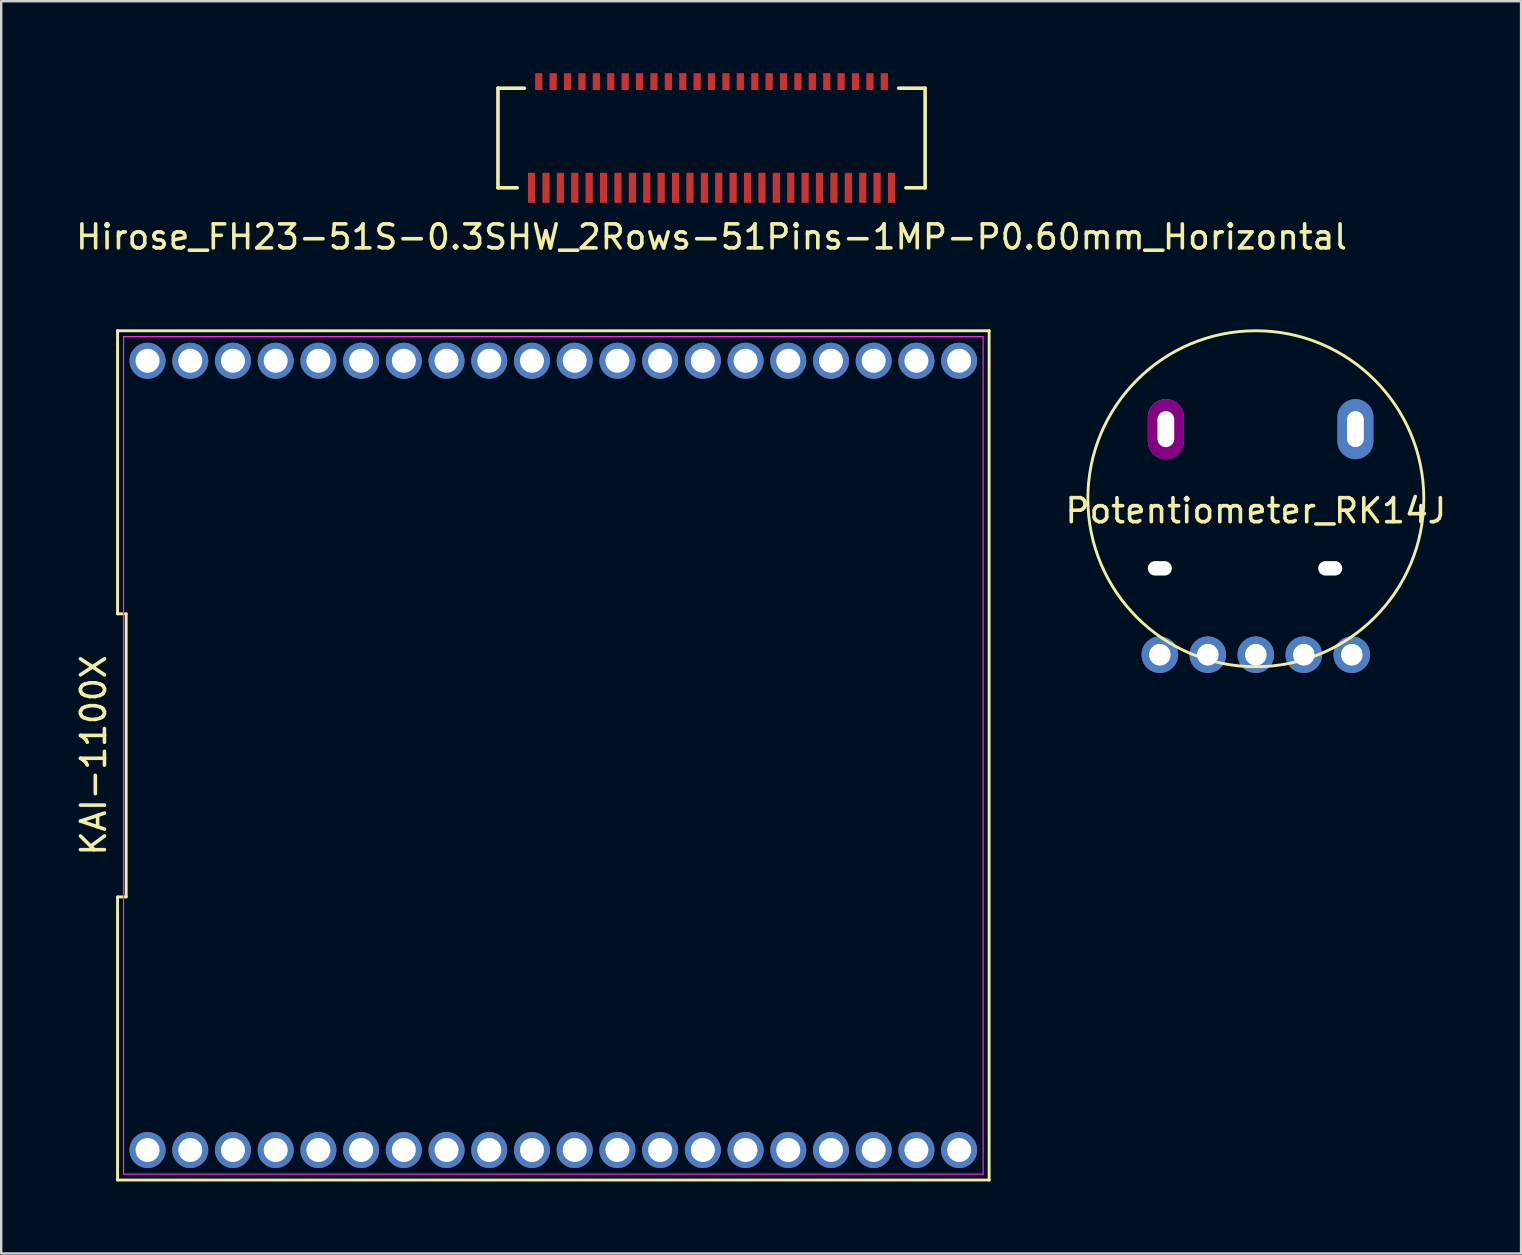
<source format=kicad_pcb>
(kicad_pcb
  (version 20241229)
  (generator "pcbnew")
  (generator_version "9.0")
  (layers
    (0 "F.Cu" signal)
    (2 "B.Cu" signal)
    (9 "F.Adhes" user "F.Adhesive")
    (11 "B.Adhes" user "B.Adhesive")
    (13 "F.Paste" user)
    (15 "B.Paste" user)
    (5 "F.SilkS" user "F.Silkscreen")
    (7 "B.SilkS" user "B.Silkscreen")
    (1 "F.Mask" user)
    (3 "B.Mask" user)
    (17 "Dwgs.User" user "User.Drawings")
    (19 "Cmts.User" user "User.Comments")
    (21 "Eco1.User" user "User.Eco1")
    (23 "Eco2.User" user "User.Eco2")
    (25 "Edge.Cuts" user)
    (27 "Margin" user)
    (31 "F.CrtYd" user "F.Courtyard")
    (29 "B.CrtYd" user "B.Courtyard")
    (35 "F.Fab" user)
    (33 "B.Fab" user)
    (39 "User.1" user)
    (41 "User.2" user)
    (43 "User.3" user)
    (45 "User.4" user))
  (footprint "KAI-1100X"
    (layer "F.Cu")
    (at 20.008 28.428)
    (property "Reference" "KAI-1100X" (at -19.16 0 90) (layer "F.SilkS") (effects (font (size 1 1) (thickness 0.15))))
    (attr through_hole)
    (fp_line (start -18.16 -17.695) (end -18.16 -5.898) (stroke (width 0.12) (type solid)) (layer "F.SilkS"))
    (fp_line (start -18.16 -5.898) (end -17.8 -5.898) (stroke (width 0.12) (type solid)) (layer "F.SilkS"))
    (fp_line (start -18.16 5.898) (end -18.16 17.695) (stroke (width 0.12) (type solid)) (layer "F.SilkS"))
    (fp_line (start -18.16 17.695) (end 18.16 17.695) (stroke (width 0.12) (type solid)) (layer "F.SilkS"))
    (fp_line (start -17.8 -5.898) (end -17.8 5.898) (stroke (width 0.12) (type solid)) (layer "F.SilkS"))
    (fp_line (start -17.8 5.898) (end -18.16 5.898) (stroke (width 0.12) (type solid)) (layer "F.SilkS"))
    (fp_line (start 18.16 -17.695) (end -18.16 -17.695) (stroke (width 0.12) (type solid)) (layer "F.SilkS"))
    (fp_line (start 18.16 17.695) (end 18.16 -17.695) (stroke (width 0.12) (type solid)) (layer "F.SilkS"))
    (fp_line (start -17.91 -17.45) (end 17.91 -17.45) (stroke (width 0.05) (type solid)) (layer "F.CrtYd"))
    (fp_line (start -17.91 17.45) (end -17.91 -17.45) (stroke (width 0.05) (type solid)) (layer "F.CrtYd"))
    (fp_line (start 17.91 -17.45) (end 17.91 17.45) (stroke (width 0.05) (type solid)) (layer "F.CrtYd"))
    (fp_line (start 17.91 17.45) (end -17.91 17.45) (stroke (width 0.05) (type solid)) (layer "F.CrtYd"))
    (pad "1" thru_hole circle (at -16.91 16.445) (size 1.5 1.5) (drill 1) (layers "*.Cu" "*.Mask"))
    (pad "2" thru_hole circle (at -15.13 16.445) (size 1.5 1.5) (drill 1) (layers "*.Cu" "*.Mask"))
    (pad "3" thru_hole circle (at -13.35 16.445) (size 1.5 1.5) (drill 1) (layers "*.Cu" "*.Mask"))
    (pad "4" thru_hole circle (at -11.57 16.445) (size 1.5 1.5) (drill 1) (layers "*.Cu" "*.Mask"))
    (pad "5" thru_hole circle (at -9.79 16.445) (size 1.5 1.5) (drill 1) (layers "*.Cu" "*.Mask"))
    (pad "6" thru_hole circle (at -8.01 16.445) (size 1.5 1.5) (drill 1) (layers "*.Cu" "*.Mask"))
    (pad "7" thru_hole circle (at -6.23 16.445) (size 1.5 1.5) (drill 1) (layers "*.Cu" "*.Mask"))
    (pad "8" thru_hole circle (at -4.45 16.445) (size 1.5 1.5) (drill 1) (layers "*.Cu" "*.Mask"))
    (pad "9" thru_hole circle (at -2.67 16.445) (size 1.5 1.5) (drill 1) (layers "*.Cu" "*.Mask"))
    (pad "10" thru_hole circle (at -0.89 16.445) (size 1.5 1.5) (drill 1) (layers "*.Cu" "*.Mask"))
    (pad "11" thru_hole circle (at 0.89 16.445) (size 1.5 1.5) (drill 1) (layers "*.Cu" "*.Mask"))
    (pad "12" thru_hole circle (at 2.67 16.445) (size 1.5 1.5) (drill 1) (layers "*.Cu" "*.Mask"))
    (pad "13" thru_hole circle (at 4.45 16.445) (size 1.5 1.5) (drill 1) (layers "*.Cu" "*.Mask"))
    (pad "14" thru_hole circle (at 6.23 16.445) (size 1.5 1.5) (drill 1) (layers "*.Cu" "*.Mask"))
    (pad "15" thru_hole circle (at 8.01 16.445) (size 1.5 1.5) (drill 1) (layers "*.Cu" "*.Mask"))
    (pad "16" thru_hole circle (at 9.79 16.445) (size 1.5 1.5) (drill 1) (layers "*.Cu" "*.Mask"))
    (pad "17" thru_hole circle (at 11.57 16.445) (size 1.5 1.5) (drill 1) (layers "*.Cu" "*.Mask"))
    (pad "18" thru_hole circle (at 13.35 16.445) (size 1.5 1.5) (drill 1) (layers "*.Cu" "*.Mask"))
    (pad "19" thru_hole circle (at 15.13 16.445) (size 1.5 1.5) (drill 1) (layers "*.Cu" "*.Mask"))
    (pad "20" thru_hole circle (at 16.91 16.445) (size 1.5 1.5) (drill 1) (layers "*.Cu" "*.Mask"))
    (pad "21" thru_hole circle (at 16.91 -16.445) (size 1.5 1.5) (drill 1) (layers "*.Cu" "*.Mask"))
    (pad "22" thru_hole circle (at 15.13 -16.445) (size 1.5 1.5) (drill 1) (layers "*.Cu" "*.Mask"))
    (pad "23" thru_hole circle (at 13.35 -16.445) (size 1.5 1.5) (drill 1) (layers "*.Cu" "*.Mask"))
    (pad "24" thru_hole circle (at 11.57 -16.445) (size 1.5 1.5) (drill 1) (layers "*.Cu" "*.Mask"))
    (pad "25" thru_hole circle (at 9.79 -16.445) (size 1.5 1.5) (drill 1) (layers "*.Cu" "*.Mask"))
    (pad "26" thru_hole circle (at 8.01 -16.445) (size 1.5 1.5) (drill 1) (layers "*.Cu" "*.Mask"))
    (pad "27" thru_hole circle (at 6.23 -16.445) (size 1.5 1.5) (drill 1) (layers "*.Cu" "*.Mask"))
    (pad "28" thru_hole circle (at 4.45 -16.445) (size 1.5 1.5) (drill 1) (layers "*.Cu" "*.Mask"))
    (pad "29" thru_hole circle (at 2.67 -16.445) (size 1.5 1.5) (drill 1) (layers "*.Cu" "*.Mask"))
    (pad "30" thru_hole circle (at 0.89 -16.445) (size 1.5 1.5) (drill 1) (layers "*.Cu" "*.Mask"))
    (pad "31" thru_hole circle (at -0.89 -16.445) (size 1.5 1.5) (drill 1) (layers "*.Cu" "*.Mask"))
    (pad "32" thru_hole circle (at -2.67 -16.445) (size 1.5 1.5) (drill 1) (layers "*.Cu" "*.Mask"))
    (pad "33" thru_hole circle (at -4.45 -16.445) (size 1.5 1.5) (drill 1) (layers "*.Cu" "*.Mask"))
    (pad "34" thru_hole circle (at -6.23 -16.445) (size 1.5 1.5) (drill 1) (layers "*.Cu" "*.Mask"))
    (pad "35" thru_hole circle (at -8.01 -16.445) (size 1.5 1.5) (drill 1) (layers "*.Cu" "*.Mask"))
    (pad "36" thru_hole circle (at -9.79 -16.445) (size 1.5 1.5) (drill 1) (layers "*.Cu" "*.Mask"))
    (pad "37" thru_hole circle (at -11.57 -16.445) (size 1.5 1.5) (drill 1) (layers "*.Cu" "*.Mask"))
    (pad "38" thru_hole circle (at -13.35 -16.445) (size 1.5 1.5) (drill 1) (layers "*.Cu" "*.Mask"))
    (pad "39" thru_hole circle (at -15.13 -16.445) (size 1.5 1.5) (drill 1) (layers "*.Cu" "*.Mask"))
    (pad "40" thru_hole circle (at -16.91 -16.445) (size 1.5 1.5) (drill 1) (layers "*.Cu" "*.Mask")))
  (footprint "Potentiometer_RK14J"
    (layer "F.Cu")
    (at 49.282 17.733)
    (property "Reference" "Potentiometer_RK14J" (at 0 0.5 0) (layer "F.SilkS") (effects (font (size 1 1) (thickness 0.15))))
    (attr through_hole)
    (fp_circle (center 0 0) (end 7 0) (stroke (width 0.12) (type solid)) (fill no) (layer "F.SilkS"))
    (pad "" np_thru_hole oval (at -4 2.9) (size 1 0.6) (drill oval 1 0.6) (layers "*.Cu" "*.Mask"))
    (pad "" np_thru_hole oval (at 3.1 2.9) (size 1 0.6) (drill oval 1 0.6) (layers "*.Cu" "*.Mask"))
    (pad "1" thru_hole circle (at -4 6.5) (size 1.524 1.524) (drill 0.9) (layers "*.Cu" "*.Mask"))
    (pad "2" thru_hole circle (at 2 6.5) (size 1.524 1.524) (drill 0.9) (layers "*.Cu" "*.Mask"))
    (pad "3" thru_hole circle (at -2 6.5) (size 1.524 1.524) (drill 0.9) (layers "*.Cu" "*.Mask"))
    (pad "4" thru_hole circle (at 0 6.5) (size 1.524 1.524) (drill 0.9) (layers "*.Cu" "*.Mask"))
    (pad "5" thru_hole circle (at 4 6.5) (size 1.524 1.524) (drill 0.9) (layers "*.Cu" "*.Mask"))
    (pad "6" thru_hole oval (at -3.75 -2.9) (size 1.5 2.5) (drill oval 0.7 1.5) (layers "*.Cu" "*.Mask" "F.Adhes"))
    (pad "7" thru_hole oval (at 4.15 -2.9) (size 1.5 2.5) (drill oval 0.7 1.5) (layers "*.Cu" "*.Mask")))
  (footprint "Hirose_FH23-51S-0.3SHW_2Rows-51Pins-1MP-P0.60mm_Horizontal"
    (layer "F.Cu")
    (at 26.601 2.7)
    (property "Reference" "Hirose_FH23-51S-0.3SHW_2Rows-51Pins-1MP-P0.60mm_Horizontal" (at 0 4.125 0) (layer "F.SilkS") (effects (font (size 1 1) (thickness 0.15))))
    (attr smd)
    (fp_line (start -8.9 -2.075) (end -8.9 2.075) (stroke (width 0.15) (type solid)) (layer "F.SilkS"))
    (fp_line (start -8.9 -2.075) (end -7.8 -2.075) (stroke (width 0.15) (type solid)) (layer "F.SilkS"))
    (fp_line (start -8.9 2.075) (end -8.1 2.075) (stroke (width 0.15) (type solid)) (layer "F.SilkS"))
    (fp_line (start 7.8 -2.075) (end 8.9 -2.075) (stroke (width 0.15) (type solid)) (layer "F.SilkS"))
    (fp_line (start 8.1 2.075) (end 8.9 2.075) (stroke (width 0.15) (type solid)) (layer "F.SilkS"))
    (fp_line (start 8.9 -2.075) (end 8.9 2.075) (stroke (width 0.15) (type solid)) (layer "F.SilkS"))
    (pad "1" smd rect (at -7.5 2.075) (size 0.3 1.25) (layers "F.Cu" "F.Mask" "F.Paste"))
    (pad "2" smd rect (at -7.2 -2.35) (size 0.3 0.7) (layers "F.Cu" "F.Mask" "F.Paste"))
    (pad "3" smd rect (at -6.9 2.075) (size 0.3 1.25) (layers "F.Cu" "F.Mask" "F.Paste"))
    (pad "4" smd rect (at -6.6 -2.35) (size 0.3 0.7) (layers "F.Cu" "F.Mask" "F.Paste"))
    (pad "5" smd rect (at -6.3 2.075) (size 0.3 1.25) (layers "F.Cu" "F.Mask" "F.Paste"))
    (pad "6" smd rect (at -6 -2.35) (size 0.3 0.7) (layers "F.Cu" "F.Mask" "F.Paste"))
    (pad "7" smd rect (at -5.7 2.075) (size 0.3 1.25) (layers "F.Cu" "F.Mask" "F.Paste"))
    (pad "8" smd rect (at -5.4 -2.35) (size 0.3 0.7) (layers "F.Cu" "F.Mask" "F.Paste"))
    (pad "9" smd rect (at -5.1 2.075) (size 0.3 1.25) (layers "F.Cu" "F.Mask" "F.Paste"))
    (pad "10" smd rect (at -4.8 -2.35) (size 0.3 0.7) (layers "F.Cu" "F.Mask" "F.Paste"))
    (pad "11" smd rect (at -4.5 2.075) (size 0.3 1.25) (layers "F.Cu" "F.Mask" "F.Paste"))
    (pad "12" smd rect (at -4.2 -2.35) (size 0.3 0.7) (layers "F.Cu" "F.Mask" "F.Paste"))
    (pad "13" smd rect (at -3.9 2.075) (size 0.3 1.25) (layers "F.Cu" "F.Mask" "F.Paste"))
    (pad "14" smd rect (at -3.6 -2.35) (size 0.3 0.7) (layers "F.Cu" "F.Mask" "F.Paste"))
    (pad "15" smd rect (at -3.3 2.075) (size 0.3 1.25) (layers "F.Cu" "F.Mask" "F.Paste"))
    (pad "16" smd rect (at -3 -2.35) (size 0.3 0.7) (layers "F.Cu" "F.Mask" "F.Paste"))
    (pad "17" smd rect (at -2.7 2.075) (size 0.3 1.25) (layers "F.Cu" "F.Mask" "F.Paste"))
    (pad "18" smd rect (at -2.4 -2.35) (size 0.3 0.7) (layers "F.Cu" "F.Mask" "F.Paste"))
    (pad "19" smd rect (at -2.1 2.075) (size 0.3 1.25) (layers "F.Cu" "F.Mask" "F.Paste"))
    (pad "20" smd rect (at -1.8 -2.35) (size 0.3 0.7) (layers "F.Cu" "F.Mask" "F.Paste"))
    (pad "21" smd rect (at -1.5 2.075) (size 0.3 1.25) (layers "F.Cu" "F.Mask" "F.Paste"))
    (pad "22" smd rect (at -1.2 -2.35) (size 0.3 0.7) (layers "F.Cu" "F.Mask" "F.Paste"))
    (pad "23" smd rect (at -0.9 2.075) (size 0.3 1.25) (layers "F.Cu" "F.Mask" "F.Paste"))
    (pad "24" smd rect (at -0.6 -2.35) (size 0.3 0.7) (layers "F.Cu" "F.Mask" "F.Paste"))
    (pad "25" smd rect (at -0.3 2.075) (size 0.3 1.25) (layers "F.Cu" "F.Mask" "F.Paste"))
    (pad "26" smd rect (at 0 -2.35) (size 0.3 0.7) (layers "F.Cu" "F.Mask" "F.Paste"))
    (pad "27" smd rect (at 0.3 2.075) (size 0.3 1.25) (layers "F.Cu" "F.Mask" "F.Paste"))
    (pad "28" smd rect (at 0.6 -2.35) (size 0.3 0.7) (layers "F.Cu" "F.Mask" "F.Paste"))
    (pad "29" smd rect (at 0.9 2.075) (size 0.3 1.25) (layers "F.Cu" "F.Mask" "F.Paste"))
    (pad "30" smd rect (at 1.2 -2.35) (size 0.3 0.7) (layers "F.Cu" "F.Mask" "F.Paste"))
    (pad "31" smd rect (at 1.5 2.075) (size 0.3 1.25) (layers "F.Cu" "F.Mask" "F.Paste"))
    (pad "32" smd rect (at 1.8 -2.35) (size 0.3 0.7) (layers "F.Cu" "F.Mask" "F.Paste"))
    (pad "33" smd rect (at 2.1 2.075) (size 0.3 1.25) (layers "F.Cu" "F.Mask" "F.Paste"))
    (pad "34" smd rect (at 2.4 -2.35) (size 0.3 0.7) (layers "F.Cu" "F.Mask" "F.Paste"))
    (pad "35" smd rect (at 2.7 2.075) (size 0.3 1.25) (layers "F.Cu" "F.Mask" "F.Paste"))
    (pad "36" smd rect (at 3 -2.35) (size 0.3 0.7) (layers "F.Cu" "F.Mask" "F.Paste"))
    (pad "37" smd rect (at 3.3 2.075) (size 0.3 1.25) (layers "F.Cu" "F.Mask" "F.Paste"))
    (pad "38" smd rect (at 3.6 -2.35) (size 0.3 0.7) (layers "F.Cu" "F.Mask" "F.Paste"))
    (pad "39" smd rect (at 3.9 2.075) (size 0.3 1.25) (layers "F.Cu" "F.Mask" "F.Paste"))
    (pad "40" smd rect (at 4.2 -2.35) (size 0.3 0.7) (layers "F.Cu" "F.Mask" "F.Paste"))
    (pad "41" smd rect (at 4.5 2.075) (size 0.3 1.25) (layers "F.Cu" "F.Mask" "F.Paste"))
    (pad "42" smd rect (at 4.8 -2.35) (size 0.3 0.7) (layers "F.Cu" "F.Mask" "F.Paste"))
    (pad "43" smd rect (at 5.1 2.075) (size 0.3 1.25) (layers "F.Cu" "F.Mask" "F.Paste"))
    (pad "44" smd rect (at 5.4 -2.35) (size 0.3 0.7) (layers "F.Cu" "F.Mask" "F.Paste"))
    (pad "45" smd rect (at 5.7 2.075) (size 0.3 1.25) (layers "F.Cu" "F.Mask" "F.Paste"))
    (pad "46" smd rect (at 6 -2.35) (size 0.3 0.7) (layers "F.Cu" "F.Mask" "F.Paste"))
    (pad "47" smd rect (at 6.3 2.075) (size 0.3 1.25) (layers "F.Cu" "F.Mask" "F.Paste"))
    (pad "48" smd rect (at 6.6 -2.35) (size 0.3 0.7) (layers "F.Cu" "F.Mask" "F.Paste"))
    (pad "49" smd rect (at 6.9 2.075) (size 0.3 1.25) (layers "F.Cu" "F.Mask" "F.Paste"))
    (pad "50" smd rect (at 7.2 -2.35) (size 0.3 0.7) (layers "F.Cu" "F.Mask" "F.Paste"))
    (pad "51" smd rect (at 7.5 2.075) (size 0.3 1.25) (layers "F.Cu" "F.Mask" "F.Paste")))
  (gr_rect
    (start -3 -3)
    (end 60.335 49.183)
    (stroke (width 0.1) (type default))
    (fill no)
    (layer "Edge.Cuts")))
</source>
